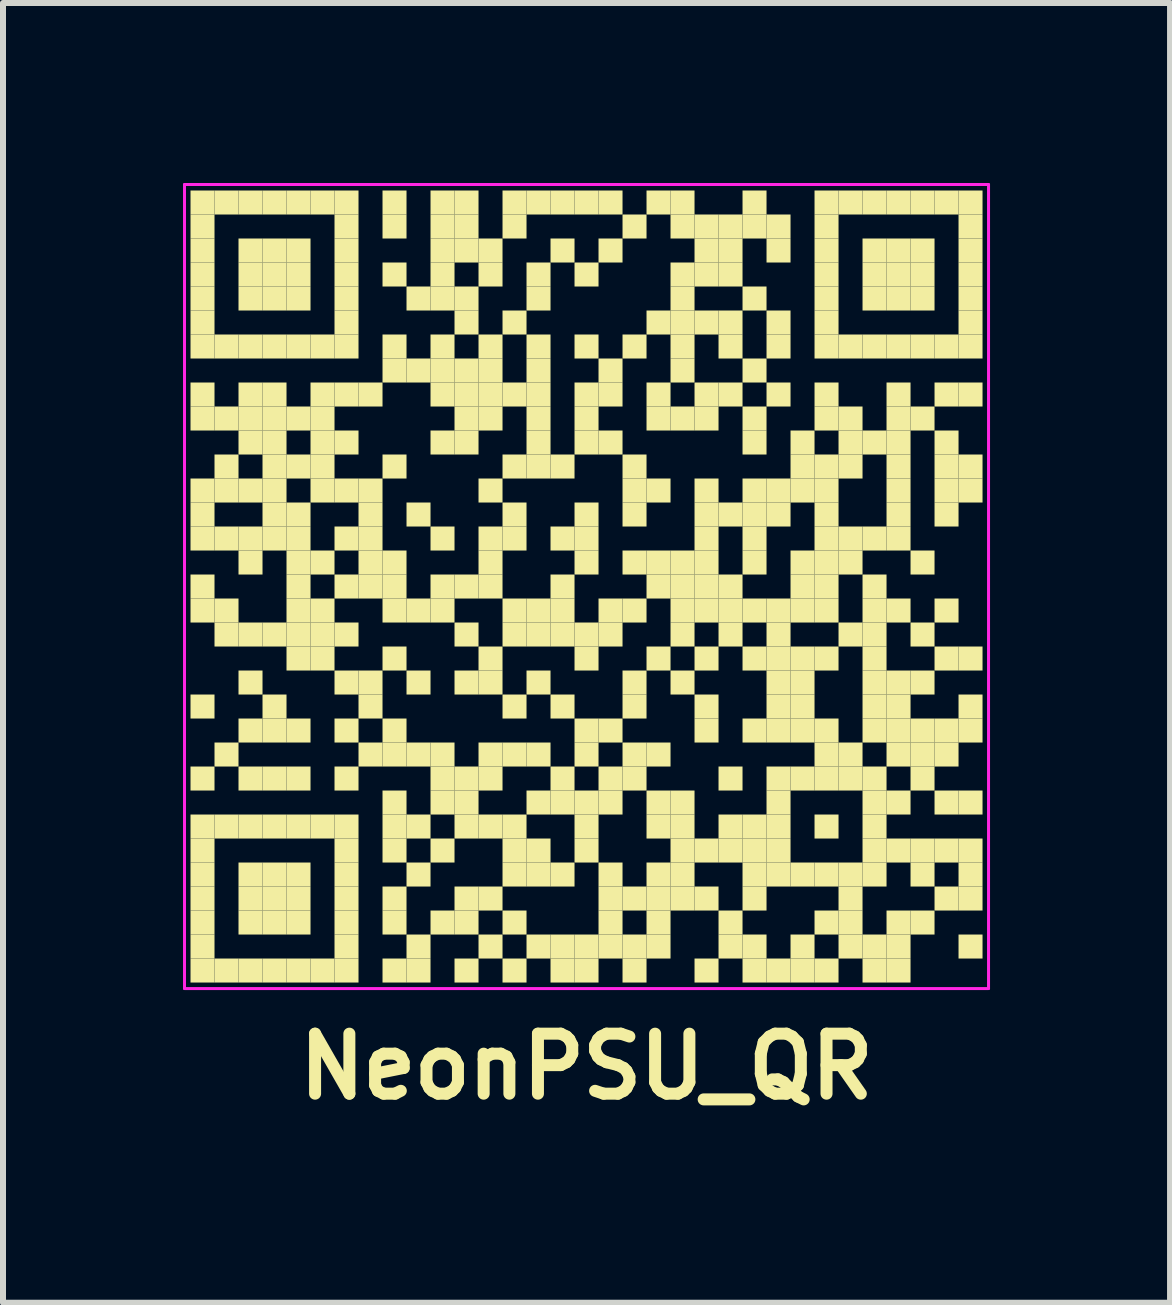
<source format=kicad_pcb>
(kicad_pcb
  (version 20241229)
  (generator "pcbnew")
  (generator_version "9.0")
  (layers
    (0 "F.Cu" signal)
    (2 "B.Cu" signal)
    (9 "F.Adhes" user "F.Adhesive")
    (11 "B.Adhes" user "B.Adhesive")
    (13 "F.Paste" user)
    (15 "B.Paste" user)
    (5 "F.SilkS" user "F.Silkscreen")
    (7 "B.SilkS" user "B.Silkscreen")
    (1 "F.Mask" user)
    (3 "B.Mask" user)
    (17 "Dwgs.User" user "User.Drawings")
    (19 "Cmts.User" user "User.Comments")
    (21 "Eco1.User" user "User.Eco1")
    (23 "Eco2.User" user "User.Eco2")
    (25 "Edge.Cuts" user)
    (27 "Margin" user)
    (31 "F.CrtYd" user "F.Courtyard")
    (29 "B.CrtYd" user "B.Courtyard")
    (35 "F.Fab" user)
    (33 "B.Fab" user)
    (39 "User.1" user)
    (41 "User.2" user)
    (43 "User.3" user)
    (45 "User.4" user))
  (footprint "NeonPSU_QR"
    (layer "F.Cu")
    (at 6.725 6.725)
    (property "Reference" "NeonPSU_QR" (at 0 8 0) (layer "F.SilkS") (effects (font (size 1 1) (thickness 0.2))))
    (fp_rect (start -6.6 -6.6) (end -6.2 -6.2) (stroke (width 0) (type solid)) (fill yes) (layer "F.SilkS"))
    (fp_rect (start -6.6 -6.2) (end -6.2 -5.8) (stroke (width 0) (type solid)) (fill yes) (layer "F.SilkS"))
    (fp_rect (start -6.6 -5.8) (end -6.2 -5.4) (stroke (width 0) (type solid)) (fill yes) (layer "F.SilkS"))
    (fp_rect (start -6.6 -5.4) (end -6.2 -5) (stroke (width 0) (type solid)) (fill yes) (layer "F.SilkS"))
    (fp_rect (start -6.6 -5) (end -6.2 -4.6) (stroke (width 0) (type solid)) (fill yes) (layer "F.SilkS"))
    (fp_rect (start -6.6 -4.6) (end -6.2 -4.2) (stroke (width 0) (type solid)) (fill yes) (layer "F.SilkS"))
    (fp_rect (start -6.6 -4.2) (end -6.2 -3.8) (stroke (width 0) (type solid)) (fill yes) (layer "F.SilkS"))
    (fp_rect (start -6.6 -3.4) (end -6.2 -3) (stroke (width 0) (type solid)) (fill yes) (layer "F.SilkS"))
    (fp_rect (start -6.6 -3) (end -6.2 -2.6) (stroke (width 0) (type solid)) (fill yes) (layer "F.SilkS"))
    (fp_rect (start -6.6 -1.8) (end -6.2 -1.4) (stroke (width 0) (type solid)) (fill yes) (layer "F.SilkS"))
    (fp_rect (start -6.6 -1.4) (end -6.2 -1) (stroke (width 0) (type solid)) (fill yes) (layer "F.SilkS"))
    (fp_rect (start -6.6 -1) (end -6.2 -0.6) (stroke (width 0) (type solid)) (fill yes) (layer "F.SilkS"))
    (fp_rect (start -6.6 -0.2) (end -6.2 0.2) (stroke (width 0) (type solid)) (fill yes) (layer "F.SilkS"))
    (fp_rect (start -6.6 0.2) (end -6.2 0.6) (stroke (width 0) (type solid)) (fill yes) (layer "F.SilkS"))
    (fp_rect (start -6.6 1.8) (end -6.2 2.2) (stroke (width 0) (type solid)) (fill yes) (layer "F.SilkS"))
    (fp_rect (start -6.6 3) (end -6.2 3.4) (stroke (width 0) (type solid)) (fill yes) (layer "F.SilkS"))
    (fp_rect (start -6.6 3.8) (end -6.2 4.2) (stroke (width 0) (type solid)) (fill yes) (layer "F.SilkS"))
    (fp_rect (start -6.6 4.2) (end -6.2 4.6) (stroke (width 0) (type solid)) (fill yes) (layer "F.SilkS"))
    (fp_rect (start -6.6 4.6) (end -6.2 5) (stroke (width 0) (type solid)) (fill yes) (layer "F.SilkS"))
    (fp_rect (start -6.6 5) (end -6.2 5.4) (stroke (width 0) (type solid)) (fill yes) (layer "F.SilkS"))
    (fp_rect (start -6.6 5.4) (end -6.2 5.8) (stroke (width 0) (type solid)) (fill yes) (layer "F.SilkS"))
    (fp_rect (start -6.6 5.8) (end -6.2 6.2) (stroke (width 0) (type solid)) (fill yes) (layer "F.SilkS"))
    (fp_rect (start -6.6 6.2) (end -6.2 6.6) (stroke (width 0) (type solid)) (fill yes) (layer "F.SilkS"))
    (fp_rect (start -6.2 -6.6) (end -5.8 -6.2) (stroke (width 0) (type solid)) (fill yes) (layer "F.SilkS"))
    (fp_rect (start -6.2 -4.2) (end -5.8 -3.8) (stroke (width 0) (type solid)) (fill yes) (layer "F.SilkS"))
    (fp_rect (start -6.2 -3) (end -5.8 -2.6) (stroke (width 0) (type solid)) (fill yes) (layer "F.SilkS"))
    (fp_rect (start -6.2 -2.2) (end -5.8 -1.8) (stroke (width 0) (type solid)) (fill yes) (layer "F.SilkS"))
    (fp_rect (start -6.2 -1.8) (end -5.8 -1.4) (stroke (width 0) (type solid)) (fill yes) (layer "F.SilkS"))
    (fp_rect (start -6.2 -1) (end -5.8 -0.6) (stroke (width 0) (type solid)) (fill yes) (layer "F.SilkS"))
    (fp_rect (start -6.2 0.2) (end -5.8 0.6) (stroke (width 0) (type solid)) (fill yes) (layer "F.SilkS"))
    (fp_rect (start -6.2 0.6) (end -5.8 1) (stroke (width 0) (type solid)) (fill yes) (layer "F.SilkS"))
    (fp_rect (start -6.2 2.6) (end -5.8 3) (stroke (width 0) (type solid)) (fill yes) (layer "F.SilkS"))
    (fp_rect (start -6.2 3.8) (end -5.8 4.2) (stroke (width 0) (type solid)) (fill yes) (layer "F.SilkS"))
    (fp_rect (start -6.2 6.2) (end -5.8 6.6) (stroke (width 0) (type solid)) (fill yes) (layer "F.SilkS"))
    (fp_rect (start -5.8 -6.6) (end -5.4 -6.2) (stroke (width 0) (type solid)) (fill yes) (layer "F.SilkS"))
    (fp_rect (start -5.8 -5.8) (end -5.4 -5.4) (stroke (width 0) (type solid)) (fill yes) (layer "F.SilkS"))
    (fp_rect (start -5.8 -5.4) (end -5.4 -5) (stroke (width 0) (type solid)) (fill yes) (layer "F.SilkS"))
    (fp_rect (start -5.8 -5) (end -5.4 -4.6) (stroke (width 0) (type solid)) (fill yes) (layer "F.SilkS"))
    (fp_rect (start -5.8 -4.2) (end -5.4 -3.8) (stroke (width 0) (type solid)) (fill yes) (layer "F.SilkS"))
    (fp_rect (start -5.8 -3.4) (end -5.4 -3) (stroke (width 0) (type solid)) (fill yes) (layer "F.SilkS"))
    (fp_rect (start -5.8 -3) (end -5.4 -2.6) (stroke (width 0) (type solid)) (fill yes) (layer "F.SilkS"))
    (fp_rect (start -5.8 -2.6) (end -5.4 -2.2) (stroke (width 0) (type solid)) (fill yes) (layer "F.SilkS"))
    (fp_rect (start -5.8 -1.8) (end -5.4 -1.4) (stroke (width 0) (type solid)) (fill yes) (layer "F.SilkS"))
    (fp_rect (start -5.8 -1) (end -5.4 -0.6) (stroke (width 0) (type solid)) (fill yes) (layer "F.SilkS"))
    (fp_rect (start -5.8 -0.6) (end -5.4 -0.2) (stroke (width 0) (type solid)) (fill yes) (layer "F.SilkS"))
    (fp_rect (start -5.8 0.6) (end -5.4 1) (stroke (width 0) (type solid)) (fill yes) (layer "F.SilkS"))
    (fp_rect (start -5.8 1.4) (end -5.4 1.8) (stroke (width 0) (type solid)) (fill yes) (layer "F.SilkS"))
    (fp_rect (start -5.8 2.2) (end -5.4 2.6) (stroke (width 0) (type solid)) (fill yes) (layer "F.SilkS"))
    (fp_rect (start -5.8 3) (end -5.4 3.4) (stroke (width 0) (type solid)) (fill yes) (layer "F.SilkS"))
    (fp_rect (start -5.8 3.8) (end -5.4 4.2) (stroke (width 0) (type solid)) (fill yes) (layer "F.SilkS"))
    (fp_rect (start -5.8 4.6) (end -5.4 5) (stroke (width 0) (type solid)) (fill yes) (layer "F.SilkS"))
    (fp_rect (start -5.8 5) (end -5.4 5.4) (stroke (width 0) (type solid)) (fill yes) (layer "F.SilkS"))
    (fp_rect (start -5.8 5.4) (end -5.4 5.8) (stroke (width 0) (type solid)) (fill yes) (layer "F.SilkS"))
    (fp_rect (start -5.8 6.2) (end -5.4 6.6) (stroke (width 0) (type solid)) (fill yes) (layer "F.SilkS"))
    (fp_rect (start -5.4 -6.6) (end -5 -6.2) (stroke (width 0) (type solid)) (fill yes) (layer "F.SilkS"))
    (fp_rect (start -5.4 -5.8) (end -5 -5.4) (stroke (width 0) (type solid)) (fill yes) (layer "F.SilkS"))
    (fp_rect (start -5.4 -5.4) (end -5 -5) (stroke (width 0) (type solid)) (fill yes) (layer "F.SilkS"))
    (fp_rect (start -5.4 -5) (end -5 -4.6) (stroke (width 0) (type solid)) (fill yes) (layer "F.SilkS"))
    (fp_rect (start -5.4 -4.2) (end -5 -3.8) (stroke (width 0) (type solid)) (fill yes) (layer "F.SilkS"))
    (fp_rect (start -5.4 -3.4) (end -5 -3) (stroke (width 0) (type solid)) (fill yes) (layer "F.SilkS"))
    (fp_rect (start -5.4 -3) (end -5 -2.6) (stroke (width 0) (type solid)) (fill yes) (layer "F.SilkS"))
    (fp_rect (start -5.4 -2.6) (end -5 -2.2) (stroke (width 0) (type solid)) (fill yes) (layer "F.SilkS"))
    (fp_rect (start -5.4 -2.2) (end -5 -1.8) (stroke (width 0) (type solid)) (fill yes) (layer "F.SilkS"))
    (fp_rect (start -5.4 -1.8) (end -5 -1.4) (stroke (width 0) (type solid)) (fill yes) (layer "F.SilkS"))
    (fp_rect (start -5.4 -1.4) (end -5 -1) (stroke (width 0) (type solid)) (fill yes) (layer "F.SilkS"))
    (fp_rect (start -5.4 -1) (end -5 -0.6) (stroke (width 0) (type solid)) (fill yes) (layer "F.SilkS"))
    (fp_rect (start -5.4 0.6) (end -5 1) (stroke (width 0) (type solid)) (fill yes) (layer "F.SilkS"))
    (fp_rect (start -5.4 1.8) (end -5 2.2) (stroke (width 0) (type solid)) (fill yes) (layer "F.SilkS"))
    (fp_rect (start -5.4 2.2) (end -5 2.6) (stroke (width 0) (type solid)) (fill yes) (layer "F.SilkS"))
    (fp_rect (start -5.4 3) (end -5 3.4) (stroke (width 0) (type solid)) (fill yes) (layer "F.SilkS"))
    (fp_rect (start -5.4 3.8) (end -5 4.2) (stroke (width 0) (type solid)) (fill yes) (layer "F.SilkS"))
    (fp_rect (start -5.4 4.6) (end -5 5) (stroke (width 0) (type solid)) (fill yes) (layer "F.SilkS"))
    (fp_rect (start -5.4 5) (end -5 5.4) (stroke (width 0) (type solid)) (fill yes) (layer "F.SilkS"))
    (fp_rect (start -5.4 5.4) (end -5 5.8) (stroke (width 0) (type solid)) (fill yes) (layer "F.SilkS"))
    (fp_rect (start -5.4 6.2) (end -5 6.6) (stroke (width 0) (type solid)) (fill yes) (layer "F.SilkS"))
    (fp_rect (start -5 -6.6) (end -4.6 -6.2) (stroke (width 0) (type solid)) (fill yes) (layer "F.SilkS"))
    (fp_rect (start -5 -5.8) (end -4.6 -5.4) (stroke (width 0) (type solid)) (fill yes) (layer "F.SilkS"))
    (fp_rect (start -5 -5.4) (end -4.6 -5) (stroke (width 0) (type solid)) (fill yes) (layer "F.SilkS"))
    (fp_rect (start -5 -5) (end -4.6 -4.6) (stroke (width 0) (type solid)) (fill yes) (layer "F.SilkS"))
    (fp_rect (start -5 -4.2) (end -4.6 -3.8) (stroke (width 0) (type solid)) (fill yes) (layer "F.SilkS"))
    (fp_rect (start -5 -3) (end -4.6 -2.6) (stroke (width 0) (type solid)) (fill yes) (layer "F.SilkS"))
    (fp_rect (start -5 -2.2) (end -4.6 -1.8) (stroke (width 0) (type solid)) (fill yes) (layer "F.SilkS"))
    (fp_rect (start -5 -1.4) (end -4.6 -1) (stroke (width 0) (type solid)) (fill yes) (layer "F.SilkS"))
    (fp_rect (start -5 -1) (end -4.6 -0.6) (stroke (width 0) (type solid)) (fill yes) (layer "F.SilkS"))
    (fp_rect (start -5 -0.6) (end -4.6 -0.2) (stroke (width 0) (type solid)) (fill yes) (layer "F.SilkS"))
    (fp_rect (start -5 -0.2) (end -4.6 0.2) (stroke (width 0) (type solid)) (fill yes) (layer "F.SilkS"))
    (fp_rect (start -5 0.2) (end -4.6 0.6) (stroke (width 0) (type solid)) (fill yes) (layer "F.SilkS"))
    (fp_rect (start -5 0.6) (end -4.6 1) (stroke (width 0) (type solid)) (fill yes) (layer "F.SilkS"))
    (fp_rect (start -5 1) (end -4.6 1.4) (stroke (width 0) (type solid)) (fill yes) (layer "F.SilkS"))
    (fp_rect (start -5 2.2) (end -4.6 2.6) (stroke (width 0) (type solid)) (fill yes) (layer "F.SilkS"))
    (fp_rect (start -5 3) (end -4.6 3.4) (stroke (width 0) (type solid)) (fill yes) (layer "F.SilkS"))
    (fp_rect (start -5 3.8) (end -4.6 4.2) (stroke (width 0) (type solid)) (fill yes) (layer "F.SilkS"))
    (fp_rect (start -5 4.6) (end -4.6 5) (stroke (width 0) (type solid)) (fill yes) (layer "F.SilkS"))
    (fp_rect (start -5 5) (end -4.6 5.4) (stroke (width 0) (type solid)) (fill yes) (layer "F.SilkS"))
    (fp_rect (start -5 5.4) (end -4.6 5.8) (stroke (width 0) (type solid)) (fill yes) (layer "F.SilkS"))
    (fp_rect (start -5 6.2) (end -4.6 6.6) (stroke (width 0) (type solid)) (fill yes) (layer "F.SilkS"))
    (fp_rect (start -4.6 -6.6) (end -4.2 -6.2) (stroke (width 0) (type solid)) (fill yes) (layer "F.SilkS"))
    (fp_rect (start -4.6 -4.2) (end -4.2 -3.8) (stroke (width 0) (type solid)) (fill yes) (layer "F.SilkS"))
    (fp_rect (start -4.6 -3.4) (end -4.2 -3) (stroke (width 0) (type solid)) (fill yes) (layer "F.SilkS"))
    (fp_rect (start -4.6 -3) (end -4.2 -2.6) (stroke (width 0) (type solid)) (fill yes) (layer "F.SilkS"))
    (fp_rect (start -4.6 -2.6) (end -4.2 -2.2) (stroke (width 0) (type solid)) (fill yes) (layer "F.SilkS"))
    (fp_rect (start -4.6 -2.2) (end -4.2 -1.8) (stroke (width 0) (type solid)) (fill yes) (layer "F.SilkS"))
    (fp_rect (start -4.6 -1.8) (end -4.2 -1.4) (stroke (width 0) (type solid)) (fill yes) (layer "F.SilkS"))
    (fp_rect (start -4.6 -0.6) (end -4.2 -0.2) (stroke (width 0) (type solid)) (fill yes) (layer "F.SilkS"))
    (fp_rect (start -4.6 0.2) (end -4.2 0.6) (stroke (width 0) (type solid)) (fill yes) (layer "F.SilkS"))
    (fp_rect (start -4.6 0.6) (end -4.2 1) (stroke (width 0) (type solid)) (fill yes) (layer "F.SilkS"))
    (fp_rect (start -4.6 1) (end -4.2 1.4) (stroke (width 0) (type solid)) (fill yes) (layer "F.SilkS"))
    (fp_rect (start -4.6 3.8) (end -4.2 4.2) (stroke (width 0) (type solid)) (fill yes) (layer "F.SilkS"))
    (fp_rect (start -4.6 6.2) (end -4.2 6.6) (stroke (width 0) (type solid)) (fill yes) (layer "F.SilkS"))
    (fp_rect (start -4.2 -6.6) (end -3.8 -6.2) (stroke (width 0) (type solid)) (fill yes) (layer "F.SilkS"))
    (fp_rect (start -4.2 -6.2) (end -3.8 -5.8) (stroke (width 0) (type solid)) (fill yes) (layer "F.SilkS"))
    (fp_rect (start -4.2 -5.8) (end -3.8 -5.4) (stroke (width 0) (type solid)) (fill yes) (layer "F.SilkS"))
    (fp_rect (start -4.2 -5.4) (end -3.8 -5) (stroke (width 0) (type solid)) (fill yes) (layer "F.SilkS"))
    (fp_rect (start -4.2 -5) (end -3.8 -4.6) (stroke (width 0) (type solid)) (fill yes) (layer "F.SilkS"))
    (fp_rect (start -4.2 -4.6) (end -3.8 -4.2) (stroke (width 0) (type solid)) (fill yes) (layer "F.SilkS"))
    (fp_rect (start -4.2 -4.2) (end -3.8 -3.8) (stroke (width 0) (type solid)) (fill yes) (layer "F.SilkS"))
    (fp_rect (start -4.2 -3.4) (end -3.8 -3) (stroke (width 0) (type solid)) (fill yes) (layer "F.SilkS"))
    (fp_rect (start -4.2 -2.6) (end -3.8 -2.2) (stroke (width 0) (type solid)) (fill yes) (layer "F.SilkS"))
    (fp_rect (start -4.2 -1.8) (end -3.8 -1.4) (stroke (width 0) (type solid)) (fill yes) (layer "F.SilkS"))
    (fp_rect (start -4.2 -1) (end -3.8 -0.6) (stroke (width 0) (type solid)) (fill yes) (layer "F.SilkS"))
    (fp_rect (start -4.2 -0.2) (end -3.8 0.2) (stroke (width 0) (type solid)) (fill yes) (layer "F.SilkS"))
    (fp_rect (start -4.2 0.6) (end -3.8 1) (stroke (width 0) (type solid)) (fill yes) (layer "F.SilkS"))
    (fp_rect (start -4.2 1.4) (end -3.8 1.8) (stroke (width 0) (type solid)) (fill yes) (layer "F.SilkS"))
    (fp_rect (start -4.2 2.2) (end -3.8 2.6) (stroke (width 0) (type solid)) (fill yes) (layer "F.SilkS"))
    (fp_rect (start -4.2 3) (end -3.8 3.4) (stroke (width 0) (type solid)) (fill yes) (layer "F.SilkS"))
    (fp_rect (start -4.2 3.8) (end -3.8 4.2) (stroke (width 0) (type solid)) (fill yes) (layer "F.SilkS"))
    (fp_rect (start -4.2 4.2) (end -3.8 4.6) (stroke (width 0) (type solid)) (fill yes) (layer "F.SilkS"))
    (fp_rect (start -4.2 4.6) (end -3.8 5) (stroke (width 0) (type solid)) (fill yes) (layer "F.SilkS"))
    (fp_rect (start -4.2 5) (end -3.8 5.4) (stroke (width 0) (type solid)) (fill yes) (layer "F.SilkS"))
    (fp_rect (start -4.2 5.4) (end -3.8 5.8) (stroke (width 0) (type solid)) (fill yes) (layer "F.SilkS"))
    (fp_rect (start -4.2 5.8) (end -3.8 6.2) (stroke (width 0) (type solid)) (fill yes) (layer "F.SilkS"))
    (fp_rect (start -4.2 6.2) (end -3.8 6.6) (stroke (width 0) (type solid)) (fill yes) (layer "F.SilkS"))
    (fp_rect (start -3.8 -3.4) (end -3.4 -3) (stroke (width 0) (type solid)) (fill yes) (layer "F.SilkS"))
    (fp_rect (start -3.8 -1.8) (end -3.4 -1.4) (stroke (width 0) (type solid)) (fill yes) (layer "F.SilkS"))
    (fp_rect (start -3.8 -1.4) (end -3.4 -1) (stroke (width 0) (type solid)) (fill yes) (layer "F.SilkS"))
    (fp_rect (start -3.8 -1) (end -3.4 -0.6) (stroke (width 0) (type solid)) (fill yes) (layer "F.SilkS"))
    (fp_rect (start -3.8 -0.6) (end -3.4 -0.2) (stroke (width 0) (type solid)) (fill yes) (layer "F.SilkS"))
    (fp_rect (start -3.8 -0.2) (end -3.4 0.2) (stroke (width 0) (type solid)) (fill yes) (layer "F.SilkS"))
    (fp_rect (start -3.8 1.4) (end -3.4 1.8) (stroke (width 0) (type solid)) (fill yes) (layer "F.SilkS"))
    (fp_rect (start -3.8 1.8) (end -3.4 2.2) (stroke (width 0) (type solid)) (fill yes) (layer "F.SilkS"))
    (fp_rect (start -3.8 2.6) (end -3.4 3) (stroke (width 0) (type solid)) (fill yes) (layer "F.SilkS"))
    (fp_rect (start -3.4 -6.6) (end -3 -6.2) (stroke (width 0) (type solid)) (fill yes) (layer "F.SilkS"))
    (fp_rect (start -3.4 -6.2) (end -3 -5.8) (stroke (width 0) (type solid)) (fill yes) (layer "F.SilkS"))
    (fp_rect (start -3.4 -5.4) (end -3 -5) (stroke (width 0) (type solid)) (fill yes) (layer "F.SilkS"))
    (fp_rect (start -3.4 -4.2) (end -3 -3.8) (stroke (width 0) (type solid)) (fill yes) (layer "F.SilkS"))
    (fp_rect (start -3.4 -3.8) (end -3 -3.4) (stroke (width 0) (type solid)) (fill yes) (layer "F.SilkS"))
    (fp_rect (start -3.4 -2.2) (end -3 -1.8) (stroke (width 0) (type solid)) (fill yes) (layer "F.SilkS"))
    (fp_rect (start -3.4 -0.6) (end -3 -0.2) (stroke (width 0) (type solid)) (fill yes) (layer "F.SilkS"))
    (fp_rect (start -3.4 -0.2) (end -3 0.2) (stroke (width 0) (type solid)) (fill yes) (layer "F.SilkS"))
    (fp_rect (start -3.4 0.2) (end -3 0.6) (stroke (width 0) (type solid)) (fill yes) (layer "F.SilkS"))
    (fp_rect (start -3.4 1) (end -3 1.4) (stroke (width 0) (type solid)) (fill yes) (layer "F.SilkS"))
    (fp_rect (start -3.4 2.2) (end -3 2.6) (stroke (width 0) (type solid)) (fill yes) (layer "F.SilkS"))
    (fp_rect (start -3.4 2.6) (end -3 3) (stroke (width 0) (type solid)) (fill yes) (layer "F.SilkS"))
    (fp_rect (start -3.4 3.4) (end -3 3.8) (stroke (width 0) (type solid)) (fill yes) (layer "F.SilkS"))
    (fp_rect (start -3.4 3.8) (end -3 4.2) (stroke (width 0) (type solid)) (fill yes) (layer "F.SilkS"))
    (fp_rect (start -3.4 4.2) (end -3 4.6) (stroke (width 0) (type solid)) (fill yes) (layer "F.SilkS"))
    (fp_rect (start -3.4 5) (end -3 5.4) (stroke (width 0) (type solid)) (fill yes) (layer "F.SilkS"))
    (fp_rect (start -3.4 5.4) (end -3 5.8) (stroke (width 0) (type solid)) (fill yes) (layer "F.SilkS"))
    (fp_rect (start -3.4 6.2) (end -3 6.6) (stroke (width 0) (type solid)) (fill yes) (layer "F.SilkS"))
    (fp_rect (start -3 -5) (end -2.6 -4.6) (stroke (width 0) (type solid)) (fill yes) (layer "F.SilkS"))
    (fp_rect (start -3 -3.8) (end -2.6 -3.4) (stroke (width 0) (type solid)) (fill yes) (layer "F.SilkS"))
    (fp_rect (start -3 -1.4) (end -2.6 -1) (stroke (width 0) (type solid)) (fill yes) (layer "F.SilkS"))
    (fp_rect (start -3 0.2) (end -2.6 0.6) (stroke (width 0) (type solid)) (fill yes) (layer "F.SilkS"))
    (fp_rect (start -3 1.4) (end -2.6 1.8) (stroke (width 0) (type solid)) (fill yes) (layer "F.SilkS"))
    (fp_rect (start -3 2.6) (end -2.6 3) (stroke (width 0) (type solid)) (fill yes) (layer "F.SilkS"))
    (fp_rect (start -3 3.8) (end -2.6 4.2) (stroke (width 0) (type solid)) (fill yes) (layer "F.SilkS"))
    (fp_rect (start -3 4.6) (end -2.6 5) (stroke (width 0) (type solid)) (fill yes) (layer "F.SilkS"))
    (fp_rect (start -3 5.8) (end -2.6 6.2) (stroke (width 0) (type solid)) (fill yes) (layer "F.SilkS"))
    (fp_rect (start -3 6.2) (end -2.6 6.6) (stroke (width 0) (type solid)) (fill yes) (layer "F.SilkS"))
    (fp_rect (start -2.6 -6.6) (end -2.2 -6.2) (stroke (width 0) (type solid)) (fill yes) (layer "F.SilkS"))
    (fp_rect (start -2.6 -6.2) (end -2.2 -5.8) (stroke (width 0) (type solid)) (fill yes) (layer "F.SilkS"))
    (fp_rect (start -2.6 -5.8) (end -2.2 -5.4) (stroke (width 0) (type solid)) (fill yes) (layer "F.SilkS"))
    (fp_rect (start -2.6 -5.4) (end -2.2 -5) (stroke (width 0) (type solid)) (fill yes) (layer "F.SilkS"))
    (fp_rect (start -2.6 -5) (end -2.2 -4.6) (stroke (width 0) (type solid)) (fill yes) (layer "F.SilkS"))
    (fp_rect (start -2.6 -4.2) (end -2.2 -3.8) (stroke (width 0) (type solid)) (fill yes) (layer "F.SilkS"))
    (fp_rect (start -2.6 -3.8) (end -2.2 -3.4) (stroke (width 0) (type solid)) (fill yes) (layer "F.SilkS"))
    (fp_rect (start -2.6 -3.4) (end -2.2 -3) (stroke (width 0) (type solid)) (fill yes) (layer "F.SilkS"))
    (fp_rect (start -2.6 -2.6) (end -2.2 -2.2) (stroke (width 0) (type solid)) (fill yes) (layer "F.SilkS"))
    (fp_rect (start -2.6 -1) (end -2.2 -0.6) (stroke (width 0) (type solid)) (fill yes) (layer "F.SilkS"))
    (fp_rect (start -2.6 -0.2) (end -2.2 0.2) (stroke (width 0) (type solid)) (fill yes) (layer "F.SilkS"))
    (fp_rect (start -2.6 0.2) (end -2.2 0.6) (stroke (width 0) (type solid)) (fill yes) (layer "F.SilkS"))
    (fp_rect (start -2.6 2.6) (end -2.2 3) (stroke (width 0) (type solid)) (fill yes) (layer "F.SilkS"))
    (fp_rect (start -2.6 3) (end -2.2 3.4) (stroke (width 0) (type solid)) (fill yes) (layer "F.SilkS"))
    (fp_rect (start -2.6 3.4) (end -2.2 3.8) (stroke (width 0) (type solid)) (fill yes) (layer "F.SilkS"))
    (fp_rect (start -2.6 4.2) (end -2.2 4.6) (stroke (width 0) (type solid)) (fill yes) (layer "F.SilkS"))
    (fp_rect (start -2.6 5.4) (end -2.2 5.8) (stroke (width 0) (type solid)) (fill yes) (layer "F.SilkS"))
    (fp_rect (start -2.2 -6.6) (end -1.8 -6.2) (stroke (width 0) (type solid)) (fill yes) (layer "F.SilkS"))
    (fp_rect (start -2.2 -6.2) (end -1.8 -5.8) (stroke (width 0) (type solid)) (fill yes) (layer "F.SilkS"))
    (fp_rect (start -2.2 -5.8) (end -1.8 -5.4) (stroke (width 0) (type solid)) (fill yes) (layer "F.SilkS"))
    (fp_rect (start -2.2 -5) (end -1.8 -4.6) (stroke (width 0) (type solid)) (fill yes) (layer "F.SilkS"))
    (fp_rect (start -2.2 -4.6) (end -1.8 -4.2) (stroke (width 0) (type solid)) (fill yes) (layer "F.SilkS"))
    (fp_rect (start -2.2 -3.8) (end -1.8 -3.4) (stroke (width 0) (type solid)) (fill yes) (layer "F.SilkS"))
    (fp_rect (start -2.2 -3.4) (end -1.8 -3) (stroke (width 0) (type solid)) (fill yes) (layer "F.SilkS"))
    (fp_rect (start -2.2 -3) (end -1.8 -2.6) (stroke (width 0) (type solid)) (fill yes) (layer "F.SilkS"))
    (fp_rect (start -2.2 -2.6) (end -1.8 -2.2) (stroke (width 0) (type solid)) (fill yes) (layer "F.SilkS"))
    (fp_rect (start -2.2 -0.2) (end -1.8 0.2) (stroke (width 0) (type solid)) (fill yes) (layer "F.SilkS"))
    (fp_rect (start -2.2 0.6) (end -1.8 1) (stroke (width 0) (type solid)) (fill yes) (layer "F.SilkS"))
    (fp_rect (start -2.2 1.4) (end -1.8 1.8) (stroke (width 0) (type solid)) (fill yes) (layer "F.SilkS"))
    (fp_rect (start -2.2 3) (end -1.8 3.4) (stroke (width 0) (type solid)) (fill yes) (layer "F.SilkS"))
    (fp_rect (start -2.2 3.4) (end -1.8 3.8) (stroke (width 0) (type solid)) (fill yes) (layer "F.SilkS"))
    (fp_rect (start -2.2 3.8) (end -1.8 4.2) (stroke (width 0) (type solid)) (fill yes) (layer "F.SilkS"))
    (fp_rect (start -2.2 5) (end -1.8 5.4) (stroke (width 0) (type solid)) (fill yes) (layer "F.SilkS"))
    (fp_rect (start -2.2 5.4) (end -1.8 5.8) (stroke (width 0) (type solid)) (fill yes) (layer "F.SilkS"))
    (fp_rect (start -2.2 6.2) (end -1.8 6.6) (stroke (width 0) (type solid)) (fill yes) (layer "F.SilkS"))
    (fp_rect (start -1.8 -5.8) (end -1.4 -5.4) (stroke (width 0) (type solid)) (fill yes) (layer "F.SilkS"))
    (fp_rect (start -1.8 -5.4) (end -1.4 -5) (stroke (width 0) (type solid)) (fill yes) (layer "F.SilkS"))
    (fp_rect (start -1.8 -4.2) (end -1.4 -3.8) (stroke (width 0) (type solid)) (fill yes) (layer "F.SilkS"))
    (fp_rect (start -1.8 -3.8) (end -1.4 -3.4) (stroke (width 0) (type solid)) (fill yes) (layer "F.SilkS"))
    (fp_rect (start -1.8 -3.4) (end -1.4 -3) (stroke (width 0) (type solid)) (fill yes) (layer "F.SilkS"))
    (fp_rect (start -1.8 -3) (end -1.4 -2.6) (stroke (width 0) (type solid)) (fill yes) (layer "F.SilkS"))
    (fp_rect (start -1.8 -1.8) (end -1.4 -1.4) (stroke (width 0) (type solid)) (fill yes) (layer "F.SilkS"))
    (fp_rect (start -1.8 -1) (end -1.4 -0.6) (stroke (width 0) (type solid)) (fill yes) (layer "F.SilkS"))
    (fp_rect (start -1.8 -0.6) (end -1.4 -0.2) (stroke (width 0) (type solid)) (fill yes) (layer "F.SilkS"))
    (fp_rect (start -1.8 -0.2) (end -1.4 0.2) (stroke (width 0) (type solid)) (fill yes) (layer "F.SilkS"))
    (fp_rect (start -1.8 1) (end -1.4 1.4) (stroke (width 0) (type solid)) (fill yes) (layer "F.SilkS"))
    (fp_rect (start -1.8 1.4) (end -1.4 1.8) (stroke (width 0) (type solid)) (fill yes) (layer "F.SilkS"))
    (fp_rect (start -1.8 2.6) (end -1.4 3) (stroke (width 0) (type solid)) (fill yes) (layer "F.SilkS"))
    (fp_rect (start -1.8 3) (end -1.4 3.4) (stroke (width 0) (type solid)) (fill yes) (layer "F.SilkS"))
    (fp_rect (start -1.8 3.8) (end -1.4 4.2) (stroke (width 0) (type solid)) (fill yes) (layer "F.SilkS"))
    (fp_rect (start -1.8 5) (end -1.4 5.4) (stroke (width 0) (type solid)) (fill yes) (layer "F.SilkS"))
    (fp_rect (start -1.8 5.8) (end -1.4 6.2) (stroke (width 0) (type solid)) (fill yes) (layer "F.SilkS"))
    (fp_rect (start -1.4 -6.6) (end -1 -6.2) (stroke (width 0) (type solid)) (fill yes) (layer "F.SilkS"))
    (fp_rect (start -1.4 -6.2) (end -1 -5.8) (stroke (width 0) (type solid)) (fill yes) (layer "F.SilkS"))
    (fp_rect (start -1.4 -4.6) (end -1 -4.2) (stroke (width 0) (type solid)) (fill yes) (layer "F.SilkS"))
    (fp_rect (start -1.4 -3.4) (end -1 -3) (stroke (width 0) (type solid)) (fill yes) (layer "F.SilkS"))
    (fp_rect (start -1.4 -2.2) (end -1 -1.8) (stroke (width 0) (type solid)) (fill yes) (layer "F.SilkS"))
    (fp_rect (start -1.4 -1.4) (end -1 -1) (stroke (width 0) (type solid)) (fill yes) (layer "F.SilkS"))
    (fp_rect (start -1.4 -1) (end -1 -0.6) (stroke (width 0) (type solid)) (fill yes) (layer "F.SilkS"))
    (fp_rect (start -1.4 0.2) (end -1 0.6) (stroke (width 0) (type solid)) (fill yes) (layer "F.SilkS"))
    (fp_rect (start -1.4 0.6) (end -1 1) (stroke (width 0) (type solid)) (fill yes) (layer "F.SilkS"))
    (fp_rect (start -1.4 1.8) (end -1 2.2) (stroke (width 0) (type solid)) (fill yes) (layer "F.SilkS"))
    (fp_rect (start -1.4 2.6) (end -1 3) (stroke (width 0) (type solid)) (fill yes) (layer "F.SilkS"))
    (fp_rect (start -1.4 3.8) (end -1 4.2) (stroke (width 0) (type solid)) (fill yes) (layer "F.SilkS"))
    (fp_rect (start -1.4 4.2) (end -1 4.6) (stroke (width 0) (type solid)) (fill yes) (layer "F.SilkS"))
    (fp_rect (start -1.4 4.6) (end -1 5) (stroke (width 0) (type solid)) (fill yes) (layer "F.SilkS"))
    (fp_rect (start -1.4 5.4) (end -1 5.8) (stroke (width 0) (type solid)) (fill yes) (layer "F.SilkS"))
    (fp_rect (start -1.4 6.2) (end -1 6.6) (stroke (width 0) (type solid)) (fill yes) (layer "F.SilkS"))
    (fp_rect (start -1 -6.6) (end -0.6 -6.2) (stroke (width 0) (type solid)) (fill yes) (layer "F.SilkS"))
    (fp_rect (start -1 -5.4) (end -0.6 -5) (stroke (width 0) (type solid)) (fill yes) (layer "F.SilkS"))
    (fp_rect (start -1 -5) (end -0.6 -4.6) (stroke (width 0) (type solid)) (fill yes) (layer "F.SilkS"))
    (fp_rect (start -1 -4.2) (end -0.6 -3.8) (stroke (width 0) (type solid)) (fill yes) (layer "F.SilkS"))
    (fp_rect (start -1 -3.8) (end -0.6 -3.4) (stroke (width 0) (type solid)) (fill yes) (layer "F.SilkS"))
    (fp_rect (start -1 -3.4) (end -0.6 -3) (stroke (width 0) (type solid)) (fill yes) (layer "F.SilkS"))
    (fp_rect (start -1 -3) (end -0.6 -2.6) (stroke (width 0) (type solid)) (fill yes) (layer "F.SilkS"))
    (fp_rect (start -1 -2.6) (end -0.6 -2.2) (stroke (width 0) (type solid)) (fill yes) (layer "F.SilkS"))
    (fp_rect (start -1 -2.2) (end -0.6 -1.8) (stroke (width 0) (type solid)) (fill yes) (layer "F.SilkS"))
    (fp_rect (start -1 0.2) (end -0.6 0.6) (stroke (width 0) (type solid)) (fill yes) (layer "F.SilkS"))
    (fp_rect (start -1 0.6) (end -0.6 1) (stroke (width 0) (type solid)) (fill yes) (layer "F.SilkS"))
    (fp_rect (start -1 1.4) (end -0.6 1.8) (stroke (width 0) (type solid)) (fill yes) (layer "F.SilkS"))
    (fp_rect (start -1 2.6) (end -0.6 3) (stroke (width 0) (type solid)) (fill yes) (layer "F.SilkS"))
    (fp_rect (start -1 3.4) (end -0.6 3.8) (stroke (width 0) (type solid)) (fill yes) (layer "F.SilkS"))
    (fp_rect (start -1 4.2) (end -0.6 4.6) (stroke (width 0) (type solid)) (fill yes) (layer "F.SilkS"))
    (fp_rect (start -1 4.6) (end -0.6 5) (stroke (width 0) (type solid)) (fill yes) (layer "F.SilkS"))
    (fp_rect (start -1 5.8) (end -0.6 6.2) (stroke (width 0) (type solid)) (fill yes) (layer "F.SilkS"))
    (fp_rect (start -0.6 -6.6) (end -0.2 -6.2) (stroke (width 0) (type solid)) (fill yes) (layer "F.SilkS"))
    (fp_rect (start -0.6 -5.8) (end -0.2 -5.4) (stroke (width 0) (type solid)) (fill yes) (layer "F.SilkS"))
    (fp_rect (start -0.6 -2.2) (end -0.2 -1.8) (stroke (width 0) (type solid)) (fill yes) (layer "F.SilkS"))
    (fp_rect (start -0.6 -1) (end -0.2 -0.6) (stroke (width 0) (type solid)) (fill yes) (layer "F.SilkS"))
    (fp_rect (start -0.6 -0.2) (end -0.2 0.2) (stroke (width 0) (type solid)) (fill yes) (layer "F.SilkS"))
    (fp_rect (start -0.6 0.2) (end -0.2 0.6) (stroke (width 0) (type solid)) (fill yes) (layer "F.SilkS"))
    (fp_rect (start -0.6 0.6) (end -0.2 1) (stroke (width 0) (type solid)) (fill yes) (layer "F.SilkS"))
    (fp_rect (start -0.6 1.8) (end -0.2 2.2) (stroke (width 0) (type solid)) (fill yes) (layer "F.SilkS"))
    (fp_rect (start -0.6 3) (end -0.2 3.4) (stroke (width 0) (type solid)) (fill yes) (layer "F.SilkS"))
    (fp_rect (start -0.6 3.4) (end -0.2 3.8) (stroke (width 0) (type solid)) (fill yes) (layer "F.SilkS"))
    (fp_rect (start -0.6 4.6) (end -0.2 5) (stroke (width 0) (type solid)) (fill yes) (layer "F.SilkS"))
    (fp_rect (start -0.6 5.8) (end -0.2 6.2) (stroke (width 0) (type solid)) (fill yes) (layer "F.SilkS"))
    (fp_rect (start -0.6 6.2) (end -0.2 6.6) (stroke (width 0) (type solid)) (fill yes) (layer "F.SilkS"))
    (fp_rect (start -0.2 -6.6) (end 0.2 -6.2) (stroke (width 0) (type solid)) (fill yes) (layer "F.SilkS"))
    (fp_rect (start -0.2 -5.4) (end 0.2 -5) (stroke (width 0) (type solid)) (fill yes) (layer "F.SilkS"))
    (fp_rect (start -0.2 -4.2) (end 0.2 -3.8) (stroke (width 0) (type solid)) (fill yes) (layer "F.SilkS"))
    (fp_rect (start -0.2 -3.4) (end 0.2 -3) (stroke (width 0) (type solid)) (fill yes) (layer "F.SilkS"))
    (fp_rect (start -0.2 -3) (end 0.2 -2.6) (stroke (width 0) (type solid)) (fill yes) (layer "F.SilkS"))
    (fp_rect (start -0.2 -2.6) (end 0.2 -2.2) (stroke (width 0) (type solid)) (fill yes) (layer "F.SilkS"))
    (fp_rect (start -0.2 -1.4) (end 0.2 -1) (stroke (width 0) (type solid)) (fill yes) (layer "F.SilkS"))
    (fp_rect (start -0.2 -1) (end 0.2 -0.6) (stroke (width 0) (type solid)) (fill yes) (layer "F.SilkS"))
    (fp_rect (start -0.2 -0.6) (end 0.2 -0.2) (stroke (width 0) (type solid)) (fill yes) (layer "F.SilkS"))
    (fp_rect (start -0.2 0.6) (end 0.2 1) (stroke (width 0) (type solid)) (fill yes) (layer "F.SilkS"))
    (fp_rect (start -0.2 1) (end 0.2 1.4) (stroke (width 0) (type solid)) (fill yes) (layer "F.SilkS"))
    (fp_rect (start -0.2 2.2) (end 0.2 2.6) (stroke (width 0) (type solid)) (fill yes) (layer "F.SilkS"))
    (fp_rect (start -0.2 2.6) (end 0.2 3) (stroke (width 0) (type solid)) (fill yes) (layer "F.SilkS"))
    (fp_rect (start -0.2 3.4) (end 0.2 3.8) (stroke (width 0) (type solid)) (fill yes) (layer "F.SilkS"))
    (fp_rect (start -0.2 3.8) (end 0.2 4.2) (stroke (width 0) (type solid)) (fill yes) (layer "F.SilkS"))
    (fp_rect (start -0.2 4.2) (end 0.2 4.6) (stroke (width 0) (type solid)) (fill yes) (layer "F.SilkS"))
    (fp_rect (start -0.2 5.8) (end 0.2 6.2) (stroke (width 0) (type solid)) (fill yes) (layer "F.SilkS"))
    (fp_rect (start -0.2 6.2) (end 0.2 6.6) (stroke (width 0) (type solid)) (fill yes) (layer "F.SilkS"))
    (fp_rect (start 0.2 -6.6) (end 0.6 -6.2) (stroke (width 0) (type solid)) (fill yes) (layer "F.SilkS"))
    (fp_rect (start 0.2 -5.8) (end 0.6 -5.4) (stroke (width 0) (type solid)) (fill yes) (layer "F.SilkS"))
    (fp_rect (start 0.2 -3.8) (end 0.6 -3.4) (stroke (width 0) (type solid)) (fill yes) (layer "F.SilkS"))
    (fp_rect (start 0.2 -3.4) (end 0.6 -3) (stroke (width 0) (type solid)) (fill yes) (layer "F.SilkS"))
    (fp_rect (start 0.2 -2.6) (end 0.6 -2.2) (stroke (width 0) (type solid)) (fill yes) (layer "F.SilkS"))
    (fp_rect (start 0.2 0.2) (end 0.6 0.6) (stroke (width 0) (type solid)) (fill yes) (layer "F.SilkS"))
    (fp_rect (start 0.2 0.6) (end 0.6 1) (stroke (width 0) (type solid)) (fill yes) (layer "F.SilkS"))
    (fp_rect (start 0.2 2.2) (end 0.6 2.6) (stroke (width 0) (type solid)) (fill yes) (layer "F.SilkS"))
    (fp_rect (start 0.2 3) (end 0.6 3.4) (stroke (width 0) (type solid)) (fill yes) (layer "F.SilkS"))
    (fp_rect (start 0.2 3.4) (end 0.6 3.8) (stroke (width 0) (type solid)) (fill yes) (layer "F.SilkS"))
    (fp_rect (start 0.2 4.6) (end 0.6 5) (stroke (width 0) (type solid)) (fill yes) (layer "F.SilkS"))
    (fp_rect (start 0.2 5) (end 0.6 5.4) (stroke (width 0) (type solid)) (fill yes) (layer "F.SilkS"))
    (fp_rect (start 0.2 5.4) (end 0.6 5.8) (stroke (width 0) (type solid)) (fill yes) (layer "F.SilkS"))
    (fp_rect (start 0.2 5.8) (end 0.6 6.2) (stroke (width 0) (type solid)) (fill yes) (layer "F.SilkS"))
    (fp_rect (start 0.6 -6.2) (end 1 -5.8) (stroke (width 0) (type solid)) (fill yes) (layer "F.SilkS"))
    (fp_rect (start 0.6 -4.2) (end 1 -3.8) (stroke (width 0) (type solid)) (fill yes) (layer "F.SilkS"))
    (fp_rect (start 0.6 -2.2) (end 1 -1.8) (stroke (width 0) (type solid)) (fill yes) (layer "F.SilkS"))
    (fp_rect (start 0.6 -1.8) (end 1 -1.4) (stroke (width 0) (type solid)) (fill yes) (layer "F.SilkS"))
    (fp_rect (start 0.6 -1.4) (end 1 -1) (stroke (width 0) (type solid)) (fill yes) (layer "F.SilkS"))
    (fp_rect (start 0.6 -0.6) (end 1 -0.2) (stroke (width 0) (type solid)) (fill yes) (layer "F.SilkS"))
    (fp_rect (start 0.6 0.2) (end 1 0.6) (stroke (width 0) (type solid)) (fill yes) (layer "F.SilkS"))
    (fp_rect (start 0.6 1.4) (end 1 1.8) (stroke (width 0) (type solid)) (fill yes) (layer "F.SilkS"))
    (fp_rect (start 0.6 1.8) (end 1 2.2) (stroke (width 0) (type solid)) (fill yes) (layer "F.SilkS"))
    (fp_rect (start 0.6 2.6) (end 1 3) (stroke (width 0) (type solid)) (fill yes) (layer "F.SilkS"))
    (fp_rect (start 0.6 3) (end 1 3.4) (stroke (width 0) (type solid)) (fill yes) (layer "F.SilkS"))
    (fp_rect (start 0.6 5) (end 1 5.4) (stroke (width 0) (type solid)) (fill yes) (layer "F.SilkS"))
    (fp_rect (start 0.6 5.8) (end 1 6.2) (stroke (width 0) (type solid)) (fill yes) (layer "F.SilkS"))
    (fp_rect (start 0.6 6.2) (end 1 6.6) (stroke (width 0) (type solid)) (fill yes) (layer "F.SilkS"))
    (fp_rect (start 1 -6.6) (end 1.4 -6.2) (stroke (width 0) (type solid)) (fill yes) (layer "F.SilkS"))
    (fp_rect (start 1 -4.6) (end 1.4 -4.2) (stroke (width 0) (type solid)) (fill yes) (layer "F.SilkS"))
    (fp_rect (start 1 -3.4) (end 1.4 -3) (stroke (width 0) (type solid)) (fill yes) (layer "F.SilkS"))
    (fp_rect (start 1 -3) (end 1.4 -2.6) (stroke (width 0) (type solid)) (fill yes) (layer "F.SilkS"))
    (fp_rect (start 1 -1.8) (end 1.4 -1.4) (stroke (width 0) (type solid)) (fill yes) (layer "F.SilkS"))
    (fp_rect (start 1 -0.6) (end 1.4 -0.2) (stroke (width 0) (type solid)) (fill yes) (layer "F.SilkS"))
    (fp_rect (start 1 -0.2) (end 1.4 0.2) (stroke (width 0) (type solid)) (fill yes) (layer "F.SilkS"))
    (fp_rect (start 1 1) (end 1.4 1.4) (stroke (width 0) (type solid)) (fill yes) (layer "F.SilkS"))
    (fp_rect (start 1 2.6) (end 1.4 3) (stroke (width 0) (type solid)) (fill yes) (layer "F.SilkS"))
    (fp_rect (start 1 3.4) (end 1.4 3.8) (stroke (width 0) (type solid)) (fill yes) (layer "F.SilkS"))
    (fp_rect (start 1 3.8) (end 1.4 4.2) (stroke (width 0) (type solid)) (fill yes) (layer "F.SilkS"))
    (fp_rect (start 1 4.6) (end 1.4 5) (stroke (width 0) (type solid)) (fill yes) (layer "F.SilkS"))
    (fp_rect (start 1 5) (end 1.4 5.4) (stroke (width 0) (type solid)) (fill yes) (layer "F.SilkS"))
    (fp_rect (start 1 5.4) (end 1.4 5.8) (stroke (width 0) (type solid)) (fill yes) (layer "F.SilkS"))
    (fp_rect (start 1 5.8) (end 1.4 6.2) (stroke (width 0) (type solid)) (fill yes) (layer "F.SilkS"))
    (fp_rect (start 1.4 -6.6) (end 1.8 -6.2) (stroke (width 0) (type solid)) (fill yes) (layer "F.SilkS"))
    (fp_rect (start 1.4 -6.2) (end 1.8 -5.8) (stroke (width 0) (type solid)) (fill yes) (layer "F.SilkS"))
    (fp_rect (start 1.4 -5.4) (end 1.8 -5) (stroke (width 0) (type solid)) (fill yes) (layer "F.SilkS"))
    (fp_rect (start 1.4 -5) (end 1.8 -4.6) (stroke (width 0) (type solid)) (fill yes) (layer "F.SilkS"))
    (fp_rect (start 1.4 -4.6) (end 1.8 -4.2) (stroke (width 0) (type solid)) (fill yes) (layer "F.SilkS"))
    (fp_rect (start 1.4 -4.2) (end 1.8 -3.8) (stroke (width 0) (type solid)) (fill yes) (layer "F.SilkS"))
    (fp_rect (start 1.4 -3.8) (end 1.8 -3.4) (stroke (width 0) (type solid)) (fill yes) (layer "F.SilkS"))
    (fp_rect (start 1.4 -3) (end 1.8 -2.6) (stroke (width 0) (type solid)) (fill yes) (layer "F.SilkS"))
    (fp_rect (start 1.4 -0.6) (end 1.8 -0.2) (stroke (width 0) (type solid)) (fill yes) (layer "F.SilkS"))
    (fp_rect (start 1.4 -0.2) (end 1.8 0.2) (stroke (width 0) (type solid)) (fill yes) (layer "F.SilkS"))
    (fp_rect (start 1.4 0.2) (end 1.8 0.6) (stroke (width 0) (type solid)) (fill yes) (layer "F.SilkS"))
    (fp_rect (start 1.4 0.6) (end 1.8 1) (stroke (width 0) (type solid)) (fill yes) (layer "F.SilkS"))
    (fp_rect (start 1.4 1.4) (end 1.8 1.8) (stroke (width 0) (type solid)) (fill yes) (layer "F.SilkS"))
    (fp_rect (start 1.4 3.4) (end 1.8 3.8) (stroke (width 0) (type solid)) (fill yes) (layer "F.SilkS"))
    (fp_rect (start 1.4 3.8) (end 1.8 4.2) (stroke (width 0) (type solid)) (fill yes) (layer "F.SilkS"))
    (fp_rect (start 1.4 4.2) (end 1.8 4.6) (stroke (width 0) (type solid)) (fill yes) (layer "F.SilkS"))
    (fp_rect (start 1.4 4.6) (end 1.8 5) (stroke (width 0) (type solid)) (fill yes) (layer "F.SilkS"))
    (fp_rect (start 1.4 5) (end 1.8 5.4) (stroke (width 0) (type solid)) (fill yes) (layer "F.SilkS"))
    (fp_rect (start 1.8 -6.2) (end 2.2 -5.8) (stroke (width 0) (type solid)) (fill yes) (layer "F.SilkS"))
    (fp_rect (start 1.8 -5.8) (end 2.2 -5.4) (stroke (width 0) (type solid)) (fill yes) (layer "F.SilkS"))
    (fp_rect (start 1.8 -5.4) (end 2.2 -5) (stroke (width 0) (type solid)) (fill yes) (layer "F.SilkS"))
    (fp_rect (start 1.8 -4.6) (end 2.2 -4.2) (stroke (width 0) (type solid)) (fill yes) (layer "F.SilkS"))
    (fp_rect (start 1.8 -3.4) (end 2.2 -3) (stroke (width 0) (type solid)) (fill yes) (layer "F.SilkS"))
    (fp_rect (start 1.8 -3) (end 2.2 -2.6) (stroke (width 0) (type solid)) (fill yes) (layer "F.SilkS"))
    (fp_rect (start 1.8 -1.8) (end 2.2 -1.4) (stroke (width 0) (type solid)) (fill yes) (layer "F.SilkS"))
    (fp_rect (start 1.8 -1.4) (end 2.2 -1) (stroke (width 0) (type solid)) (fill yes) (layer "F.SilkS"))
    (fp_rect (start 1.8 -1) (end 2.2 -0.6) (stroke (width 0) (type solid)) (fill yes) (layer "F.SilkS"))
    (fp_rect (start 1.8 -0.6) (end 2.2 -0.2) (stroke (width 0) (type solid)) (fill yes) (layer "F.SilkS"))
    (fp_rect (start 1.8 -0.2) (end 2.2 0.2) (stroke (width 0) (type solid)) (fill yes) (layer "F.SilkS"))
    (fp_rect (start 1.8 0.2) (end 2.2 0.6) (stroke (width 0) (type solid)) (fill yes) (layer "F.SilkS"))
    (fp_rect (start 1.8 1) (end 2.2 1.4) (stroke (width 0) (type solid)) (fill yes) (layer "F.SilkS"))
    (fp_rect (start 1.8 1.8) (end 2.2 2.2) (stroke (width 0) (type solid)) (fill yes) (layer "F.SilkS"))
    (fp_rect (start 1.8 2.2) (end 2.2 2.6) (stroke (width 0) (type solid)) (fill yes) (layer "F.SilkS"))
    (fp_rect (start 1.8 4.2) (end 2.2 4.6) (stroke (width 0) (type solid)) (fill yes) (layer "F.SilkS"))
    (fp_rect (start 1.8 5) (end 2.2 5.4) (stroke (width 0) (type solid)) (fill yes) (layer "F.SilkS"))
    (fp_rect (start 1.8 6.2) (end 2.2 6.6) (stroke (width 0) (type solid)) (fill yes) (layer "F.SilkS"))
    (fp_rect (start 2.2 -6.2) (end 2.6 -5.8) (stroke (width 0) (type solid)) (fill yes) (layer "F.SilkS"))
    (fp_rect (start 2.2 -5.8) (end 2.6 -5.4) (stroke (width 0) (type solid)) (fill yes) (layer "F.SilkS"))
    (fp_rect (start 2.2 -5.4) (end 2.6 -5) (stroke (width 0) (type solid)) (fill yes) (layer "F.SilkS"))
    (fp_rect (start 2.2 -4.6) (end 2.6 -4.2) (stroke (width 0) (type solid)) (fill yes) (layer "F.SilkS"))
    (fp_rect (start 2.2 -4.2) (end 2.6 -3.8) (stroke (width 0) (type solid)) (fill yes) (layer "F.SilkS"))
    (fp_rect (start 2.2 -3.4) (end 2.6 -3) (stroke (width 0) (type solid)) (fill yes) (layer "F.SilkS"))
    (fp_rect (start 2.2 -1.4) (end 2.6 -1) (stroke (width 0) (type solid)) (fill yes) (layer "F.SilkS"))
    (fp_rect (start 2.2 -0.2) (end 2.6 0.2) (stroke (width 0) (type solid)) (fill yes) (layer "F.SilkS"))
    (fp_rect (start 2.2 0.2) (end 2.6 0.6) (stroke (width 0) (type solid)) (fill yes) (layer "F.SilkS"))
    (fp_rect (start 2.2 0.6) (end 2.6 1) (stroke (width 0) (type solid)) (fill yes) (layer "F.SilkS"))
    (fp_rect (start 2.2 3) (end 2.6 3.4) (stroke (width 0) (type solid)) (fill yes) (layer "F.SilkS"))
    (fp_rect (start 2.2 3.8) (end 2.6 4.2) (stroke (width 0) (type solid)) (fill yes) (layer "F.SilkS"))
    (fp_rect (start 2.2 4.2) (end 2.6 4.6) (stroke (width 0) (type solid)) (fill yes) (layer "F.SilkS"))
    (fp_rect (start 2.2 5.4) (end 2.6 5.8) (stroke (width 0) (type solid)) (fill yes) (layer "F.SilkS"))
    (fp_rect (start 2.2 5.8) (end 2.6 6.2) (stroke (width 0) (type solid)) (fill yes) (layer "F.SilkS"))
    (fp_rect (start 2.6 -6.6) (end 3 -6.2) (stroke (width 0) (type solid)) (fill yes) (layer "F.SilkS"))
    (fp_rect (start 2.6 -6.2) (end 3 -5.8) (stroke (width 0) (type solid)) (fill yes) (layer "F.SilkS"))
    (fp_rect (start 2.6 -5) (end 3 -4.6) (stroke (width 0) (type solid)) (fill yes) (layer "F.SilkS"))
    (fp_rect (start 2.6 -3.8) (end 3 -3.4) (stroke (width 0) (type solid)) (fill yes) (layer "F.SilkS"))
    (fp_rect (start 2.6 -3) (end 3 -2.6) (stroke (width 0) (type solid)) (fill yes) (layer "F.SilkS"))
    (fp_rect (start 2.6 -2.6) (end 3 -2.2) (stroke (width 0) (type solid)) (fill yes) (layer "F.SilkS"))
    (fp_rect (start 2.6 -1.8) (end 3 -1.4) (stroke (width 0) (type solid)) (fill yes) (layer "F.SilkS"))
    (fp_rect (start 2.6 -1.4) (end 3 -1) (stroke (width 0) (type solid)) (fill yes) (layer "F.SilkS"))
    (fp_rect (start 2.6 -1) (end 3 -0.6) (stroke (width 0) (type solid)) (fill yes) (layer "F.SilkS"))
    (fp_rect (start 2.6 -0.6) (end 3 -0.2) (stroke (width 0) (type solid)) (fill yes) (layer "F.SilkS"))
    (fp_rect (start 2.6 0.2) (end 3 0.6) (stroke (width 0) (type solid)) (fill yes) (layer "F.SilkS"))
    (fp_rect (start 2.6 1) (end 3 1.4) (stroke (width 0) (type solid)) (fill yes) (layer "F.SilkS"))
    (fp_rect (start 2.6 2.2) (end 3 2.6) (stroke (width 0) (type solid)) (fill yes) (layer "F.SilkS"))
    (fp_rect (start 2.6 3.8) (end 3 4.2) (stroke (width 0) (type solid)) (fill yes) (layer "F.SilkS"))
    (fp_rect (start 2.6 4.2) (end 3 4.6) (stroke (width 0) (type solid)) (fill yes) (layer "F.SilkS"))
    (fp_rect (start 2.6 4.6) (end 3 5) (stroke (width 0) (type solid)) (fill yes) (layer "F.SilkS"))
    (fp_rect (start 2.6 5) (end 3 5.4) (stroke (width 0) (type solid)) (fill yes) (layer "F.SilkS"))
    (fp_rect (start 2.6 5.8) (end 3 6.2) (stroke (width 0) (type solid)) (fill yes) (layer "F.SilkS"))
    (fp_rect (start 2.6 6.2) (end 3 6.6) (stroke (width 0) (type solid)) (fill yes) (layer "F.SilkS"))
    (fp_rect (start 3 -6.2) (end 3.4 -5.8) (stroke (width 0) (type solid)) (fill yes) (layer "F.SilkS"))
    (fp_rect (start 3 -5.8) (end 3.4 -5.4) (stroke (width 0) (type solid)) (fill yes) (layer "F.SilkS"))
    (fp_rect (start 3 -4.6) (end 3.4 -4.2) (stroke (width 0) (type solid)) (fill yes) (layer "F.SilkS"))
    (fp_rect (start 3 -4.2) (end 3.4 -3.8) (stroke (width 0) (type solid)) (fill yes) (layer "F.SilkS"))
    (fp_rect (start 3 -3.4) (end 3.4 -3) (stroke (width 0) (type solid)) (fill yes) (layer "F.SilkS"))
    (fp_rect (start 3 -1.8) (end 3.4 -1.4) (stroke (width 0) (type solid)) (fill yes) (layer "F.SilkS"))
    (fp_rect (start 3 -1.4) (end 3.4 -1) (stroke (width 0) (type solid)) (fill yes) (layer "F.SilkS"))
    (fp_rect (start 3 0.2) (end 3.4 0.6) (stroke (width 0) (type solid)) (fill yes) (layer "F.SilkS"))
    (fp_rect (start 3 0.6) (end 3.4 1) (stroke (width 0) (type solid)) (fill yes) (layer "F.SilkS"))
    (fp_rect (start 3 1) (end 3.4 1.4) (stroke (width 0) (type solid)) (fill yes) (layer "F.SilkS"))
    (fp_rect (start 3 1.4) (end 3.4 1.8) (stroke (width 0) (type solid)) (fill yes) (layer "F.SilkS"))
    (fp_rect (start 3 1.8) (end 3.4 2.2) (stroke (width 0) (type solid)) (fill yes) (layer "F.SilkS"))
    (fp_rect (start 3 2.2) (end 3.4 2.6) (stroke (width 0) (type solid)) (fill yes) (layer "F.SilkS"))
    (fp_rect (start 3 3) (end 3.4 3.4) (stroke (width 0) (type solid)) (fill yes) (layer "F.SilkS"))
    (fp_rect (start 3 3.4) (end 3.4 3.8) (stroke (width 0) (type solid)) (fill yes) (layer "F.SilkS"))
    (fp_rect (start 3 3.8) (end 3.4 4.2) (stroke (width 0) (type solid)) (fill yes) (layer "F.SilkS"))
    (fp_rect (start 3 4.2) (end 3.4 4.6) (stroke (width 0) (type solid)) (fill yes) (layer "F.SilkS"))
    (fp_rect (start 3 4.6) (end 3.4 5) (stroke (width 0) (type solid)) (fill yes) (layer "F.SilkS"))
    (fp_rect (start 3 6.2) (end 3.4 6.6) (stroke (width 0) (type solid)) (fill yes) (layer "F.SilkS"))
    (fp_rect (start 3.4 -2.6) (end 3.8 -2.2) (stroke (width 0) (type solid)) (fill yes) (layer "F.SilkS"))
    (fp_rect (start 3.4 -2.2) (end 3.8 -1.8) (stroke (width 0) (type solid)) (fill yes) (layer "F.SilkS"))
    (fp_rect (start 3.4 -1.8) (end 3.8 -1.4) (stroke (width 0) (type solid)) (fill yes) (layer "F.SilkS"))
    (fp_rect (start 3.4 -0.6) (end 3.8 -0.2) (stroke (width 0) (type solid)) (fill yes) (layer "F.SilkS"))
    (fp_rect (start 3.4 -0.2) (end 3.8 0.2) (stroke (width 0) (type solid)) (fill yes) (layer "F.SilkS"))
    (fp_rect (start 3.4 0.2) (end 3.8 0.6) (stroke (width 0) (type solid)) (fill yes) (layer "F.SilkS"))
    (fp_rect (start 3.4 1) (end 3.8 1.4) (stroke (width 0) (type solid)) (fill yes) (layer "F.SilkS"))
    (fp_rect (start 3.4 1.4) (end 3.8 1.8) (stroke (width 0) (type solid)) (fill yes) (layer "F.SilkS"))
    (fp_rect (start 3.4 1.8) (end 3.8 2.2) (stroke (width 0) (type solid)) (fill yes) (layer "F.SilkS"))
    (fp_rect (start 3.4 2.2) (end 3.8 2.6) (stroke (width 0) (type solid)) (fill yes) (layer "F.SilkS"))
    (fp_rect (start 3.4 3) (end 3.8 3.4) (stroke (width 0) (type solid)) (fill yes) (layer "F.SilkS"))
    (fp_rect (start 3.4 4.6) (end 3.8 5) (stroke (width 0) (type solid)) (fill yes) (layer "F.SilkS"))
    (fp_rect (start 3.4 5.8) (end 3.8 6.2) (stroke (width 0) (type solid)) (fill yes) (layer "F.SilkS"))
    (fp_rect (start 3.4 6.2) (end 3.8 6.6) (stroke (width 0) (type solid)) (fill yes) (layer "F.SilkS"))
    (fp_rect (start 3.8 -6.6) (end 4.2 -6.2) (stroke (width 0) (type solid)) (fill yes) (layer "F.SilkS"))
    (fp_rect (start 3.8 -6.2) (end 4.2 -5.8) (stroke (width 0) (type solid)) (fill yes) (layer "F.SilkS"))
    (fp_rect (start 3.8 -5.8) (end 4.2 -5.4) (stroke (width 0) (type solid)) (fill yes) (layer "F.SilkS"))
    (fp_rect (start 3.8 -5.4) (end 4.2 -5) (stroke (width 0) (type solid)) (fill yes) (layer "F.SilkS"))
    (fp_rect (start 3.8 -5) (end 4.2 -4.6) (stroke (width 0) (type solid)) (fill yes) (layer "F.SilkS"))
    (fp_rect (start 3.8 -4.6) (end 4.2 -4.2) (stroke (width 0) (type solid)) (fill yes) (layer "F.SilkS"))
    (fp_rect (start 3.8 -4.2) (end 4.2 -3.8) (stroke (width 0) (type solid)) (fill yes) (layer "F.SilkS"))
    (fp_rect (start 3.8 -3.4) (end 4.2 -3) (stroke (width 0) (type solid)) (fill yes) (layer "F.SilkS"))
    (fp_rect (start 3.8 -3) (end 4.2 -2.6) (stroke (width 0) (type solid)) (fill yes) (layer "F.SilkS"))
    (fp_rect (start 3.8 -2.2) (end 4.2 -1.8) (stroke (width 0) (type solid)) (fill yes) (layer "F.SilkS"))
    (fp_rect (start 3.8 -1.8) (end 4.2 -1.4) (stroke (width 0) (type solid)) (fill yes) (layer "F.SilkS"))
    (fp_rect (start 3.8 -1.4) (end 4.2 -1) (stroke (width 0) (type solid)) (fill yes) (layer "F.SilkS"))
    (fp_rect (start 3.8 -1) (end 4.2 -0.6) (stroke (width 0) (type solid)) (fill yes) (layer "F.SilkS"))
    (fp_rect (start 3.8 -0.6) (end 4.2 -0.2) (stroke (width 0) (type solid)) (fill yes) (layer "F.SilkS"))
    (fp_rect (start 3.8 -0.2) (end 4.2 0.2) (stroke (width 0) (type solid)) (fill yes) (layer "F.SilkS"))
    (fp_rect (start 3.8 0.2) (end 4.2 0.6) (stroke (width 0) (type solid)) (fill yes) (layer "F.SilkS"))
    (fp_rect (start 3.8 1) (end 4.2 1.4) (stroke (width 0) (type solid)) (fill yes) (layer "F.SilkS"))
    (fp_rect (start 3.8 2.2) (end 4.2 2.6) (stroke (width 0) (type solid)) (fill yes) (layer "F.SilkS"))
    (fp_rect (start 3.8 2.6) (end 4.2 3) (stroke (width 0) (type solid)) (fill yes) (layer "F.SilkS"))
    (fp_rect (start 3.8 3) (end 4.2 3.4) (stroke (width 0) (type solid)) (fill yes) (layer "F.SilkS"))
    (fp_rect (start 3.8 3.8) (end 4.2 4.2) (stroke (width 0) (type solid)) (fill yes) (layer "F.SilkS"))
    (fp_rect (start 3.8 4.6) (end 4.2 5) (stroke (width 0) (type solid)) (fill yes) (layer "F.SilkS"))
    (fp_rect (start 3.8 5.4) (end 4.2 5.8) (stroke (width 0) (type solid)) (fill yes) (layer "F.SilkS"))
    (fp_rect (start 3.8 6.2) (end 4.2 6.6) (stroke (width 0) (type solid)) (fill yes) (layer "F.SilkS"))
    (fp_rect (start 4.2 -6.6) (end 4.6 -6.2) (stroke (width 0) (type solid)) (fill yes) (layer "F.SilkS"))
    (fp_rect (start 4.2 -4.2) (end 4.6 -3.8) (stroke (width 0) (type solid)) (fill yes) (layer "F.SilkS"))
    (fp_rect (start 4.2 -3) (end 4.6 -2.6) (stroke (width 0) (type solid)) (fill yes) (layer "F.SilkS"))
    (fp_rect (start 4.2 -2.6) (end 4.6 -2.2) (stroke (width 0) (type solid)) (fill yes) (layer "F.SilkS"))
    (fp_rect (start 4.2 -2.2) (end 4.6 -1.8) (stroke (width 0) (type solid)) (fill yes) (layer "F.SilkS"))
    (fp_rect (start 4.2 -1) (end 4.6 -0.6) (stroke (width 0) (type solid)) (fill yes) (layer "F.SilkS"))
    (fp_rect (start 4.2 -0.6) (end 4.6 -0.2) (stroke (width 0) (type solid)) (fill yes) (layer "F.SilkS"))
    (fp_rect (start 4.2 0.6) (end 4.6 1) (stroke (width 0) (type solid)) (fill yes) (layer "F.SilkS"))
    (fp_rect (start 4.2 2.6) (end 4.6 3) (stroke (width 0) (type solid)) (fill yes) (layer "F.SilkS"))
    (fp_rect (start 4.2 3) (end 4.6 3.4) (stroke (width 0) (type solid)) (fill yes) (layer "F.SilkS"))
    (fp_rect (start 4.2 4.6) (end 4.6 5) (stroke (width 0) (type solid)) (fill yes) (layer "F.SilkS"))
    (fp_rect (start 4.2 5) (end 4.6 5.4) (stroke (width 0) (type solid)) (fill yes) (layer "F.SilkS"))
    (fp_rect (start 4.2 5.4) (end 4.6 5.8) (stroke (width 0) (type solid)) (fill yes) (layer "F.SilkS"))
    (fp_rect (start 4.2 5.8) (end 4.6 6.2) (stroke (width 0) (type solid)) (fill yes) (layer "F.SilkS"))
    (fp_rect (start 4.6 -6.6) (end 5 -6.2) (stroke (width 0) (type solid)) (fill yes) (layer "F.SilkS"))
    (fp_rect (start 4.6 -5.8) (end 5 -5.4) (stroke (width 0) (type solid)) (fill yes) (layer "F.SilkS"))
    (fp_rect (start 4.6 -5.4) (end 5 -5) (stroke (width 0) (type solid)) (fill yes) (layer "F.SilkS"))
    (fp_rect (start 4.6 -5) (end 5 -4.6) (stroke (width 0) (type solid)) (fill yes) (layer "F.SilkS"))
    (fp_rect (start 4.6 -4.2) (end 5 -3.8) (stroke (width 0) (type solid)) (fill yes) (layer "F.SilkS"))
    (fp_rect (start 4.6 -2.6) (end 5 -2.2) (stroke (width 0) (type solid)) (fill yes) (layer "F.SilkS"))
    (fp_rect (start 4.6 -1) (end 5 -0.6) (stroke (width 0) (type solid)) (fill yes) (layer "F.SilkS"))
    (fp_rect (start 4.6 -0.2) (end 5 0.2) (stroke (width 0) (type solid)) (fill yes) (layer "F.SilkS"))
    (fp_rect (start 4.6 0.2) (end 5 0.6) (stroke (width 0) (type solid)) (fill yes) (layer "F.SilkS"))
    (fp_rect (start 4.6 0.6) (end 5 1) (stroke (width 0) (type solid)) (fill yes) (layer "F.SilkS"))
    (fp_rect (start 4.6 1) (end 5 1.4) (stroke (width 0) (type solid)) (fill yes) (layer "F.SilkS"))
    (fp_rect (start 4.6 1.4) (end 5 1.8) (stroke (width 0) (type solid)) (fill yes) (layer "F.SilkS"))
    (fp_rect (start 4.6 1.8) (end 5 2.2) (stroke (width 0) (type solid)) (fill yes) (layer "F.SilkS"))
    (fp_rect (start 4.6 2.2) (end 5 2.6) (stroke (width 0) (type solid)) (fill yes) (layer "F.SilkS"))
    (fp_rect (start 4.6 3) (end 5 3.4) (stroke (width 0) (type solid)) (fill yes) (layer "F.SilkS"))
    (fp_rect (start 4.6 3.4) (end 5 3.8) (stroke (width 0) (type solid)) (fill yes) (layer "F.SilkS"))
    (fp_rect (start 4.6 3.8) (end 5 4.2) (stroke (width 0) (type solid)) (fill yes) (layer "F.SilkS"))
    (fp_rect (start 4.6 4.2) (end 5 4.6) (stroke (width 0) (type solid)) (fill yes) (layer "F.SilkS"))
    (fp_rect (start 4.6 4.6) (end 5 5) (stroke (width 0) (type solid)) (fill yes) (layer "F.SilkS"))
    (fp_rect (start 4.6 5.8) (end 5 6.2) (stroke (width 0) (type solid)) (fill yes) (layer "F.SilkS"))
    (fp_rect (start 4.6 6.2) (end 5 6.6) (stroke (width 0) (type solid)) (fill yes) (layer "F.SilkS"))
    (fp_rect (start 5 -6.6) (end 5.4 -6.2) (stroke (width 0) (type solid)) (fill yes) (layer "F.SilkS"))
    (fp_rect (start 5 -5.8) (end 5.4 -5.4) (stroke (width 0) (type solid)) (fill yes) (layer "F.SilkS"))
    (fp_rect (start 5 -5.4) (end 5.4 -5) (stroke (width 0) (type solid)) (fill yes) (layer "F.SilkS"))
    (fp_rect (start 5 -5) (end 5.4 -4.6) (stroke (width 0) (type solid)) (fill yes) (layer "F.SilkS"))
    (fp_rect (start 5 -4.2) (end 5.4 -3.8) (stroke (width 0) (type solid)) (fill yes) (layer "F.SilkS"))
    (fp_rect (start 5 -3.4) (end 5.4 -3) (stroke (width 0) (type solid)) (fill yes) (layer "F.SilkS"))
    (fp_rect (start 5 -3) (end 5.4 -2.6) (stroke (width 0) (type solid)) (fill yes) (layer "F.SilkS"))
    (fp_rect (start 5 -2.6) (end 5.4 -2.2) (stroke (width 0) (type solid)) (fill yes) (layer "F.SilkS"))
    (fp_rect (start 5 -2.2) (end 5.4 -1.8) (stroke (width 0) (type solid)) (fill yes) (layer "F.SilkS"))
    (fp_rect (start 5 -1.8) (end 5.4 -1.4) (stroke (width 0) (type solid)) (fill yes) (layer "F.SilkS"))
    (fp_rect (start 5 -1.4) (end 5.4 -1) (stroke (width 0) (type solid)) (fill yes) (layer "F.SilkS"))
    (fp_rect (start 5 -1) (end 5.4 -0.6) (stroke (width 0) (type solid)) (fill yes) (layer "F.SilkS"))
    (fp_rect (start 5 0.2) (end 5.4 0.6) (stroke (width 0) (type solid)) (fill yes) (layer "F.SilkS"))
    (fp_rect (start 5 1.4) (end 5.4 1.8) (stroke (width 0) (type solid)) (fill yes) (layer "F.SilkS"))
    (fp_rect (start 5 1.8) (end 5.4 2.2) (stroke (width 0) (type solid)) (fill yes) (layer "F.SilkS"))
    (fp_rect (start 5 2.2) (end 5.4 2.6) (stroke (width 0) (type solid)) (fill yes) (layer "F.SilkS"))
    (fp_rect (start 5 2.6) (end 5.4 3) (stroke (width 0) (type solid)) (fill yes) (layer "F.SilkS"))
    (fp_rect (start 5 3.4) (end 5.4 3.8) (stroke (width 0) (type solid)) (fill yes) (layer "F.SilkS"))
    (fp_rect (start 5 4.2) (end 5.4 4.6) (stroke (width 0) (type solid)) (fill yes) (layer "F.SilkS"))
    (fp_rect (start 5 5.4) (end 5.4 5.8) (stroke (width 0) (type solid)) (fill yes) (layer "F.SilkS"))
    (fp_rect (start 5 5.8) (end 5.4 6.2) (stroke (width 0) (type solid)) (fill yes) (layer "F.SilkS"))
    (fp_rect (start 5 6.2) (end 5.4 6.6) (stroke (width 0) (type solid)) (fill yes) (layer "F.SilkS"))
    (fp_rect (start 5.4 -6.6) (end 5.8 -6.2) (stroke (width 0) (type solid)) (fill yes) (layer "F.SilkS"))
    (fp_rect (start 5.4 -5.8) (end 5.8 -5.4) (stroke (width 0) (type solid)) (fill yes) (layer "F.SilkS"))
    (fp_rect (start 5.4 -5.4) (end 5.8 -5) (stroke (width 0) (type solid)) (fill yes) (layer "F.SilkS"))
    (fp_rect (start 5.4 -5) (end 5.8 -4.6) (stroke (width 0) (type solid)) (fill yes) (layer "F.SilkS"))
    (fp_rect (start 5.4 -4.2) (end 5.8 -3.8) (stroke (width 0) (type solid)) (fill yes) (layer "F.SilkS"))
    (fp_rect (start 5.4 -3) (end 5.8 -2.6) (stroke (width 0) (type solid)) (fill yes) (layer "F.SilkS"))
    (fp_rect (start 5.4 -0.6) (end 5.8 -0.2) (stroke (width 0) (type solid)) (fill yes) (layer "F.SilkS"))
    (fp_rect (start 5.4 0.6) (end 5.8 1) (stroke (width 0) (type solid)) (fill yes) (layer "F.SilkS"))
    (fp_rect (start 5.4 1.4) (end 5.8 1.8) (stroke (width 0) (type solid)) (fill yes) (layer "F.SilkS"))
    (fp_rect (start 5.4 2.2) (end 5.8 2.6) (stroke (width 0) (type solid)) (fill yes) (layer "F.SilkS"))
    (fp_rect (start 5.4 2.6) (end 5.8 3) (stroke (width 0) (type solid)) (fill yes) (layer "F.SilkS"))
    (fp_rect (start 5.4 3) (end 5.8 3.4) (stroke (width 0) (type solid)) (fill yes) (layer "F.SilkS"))
    (fp_rect (start 5.4 4.2) (end 5.8 4.6) (stroke (width 0) (type solid)) (fill yes) (layer "F.SilkS"))
    (fp_rect (start 5.4 4.6) (end 5.8 5) (stroke (width 0) (type solid)) (fill yes) (layer "F.SilkS"))
    (fp_rect (start 5.4 5.4) (end 5.8 5.8) (stroke (width 0) (type solid)) (fill yes) (layer "F.SilkS"))
    (fp_rect (start 5.8 -6.6) (end 6.2 -6.2) (stroke (width 0) (type solid)) (fill yes) (layer "F.SilkS"))
    (fp_rect (start 5.8 -4.2) (end 6.2 -3.8) (stroke (width 0) (type solid)) (fill yes) (layer "F.SilkS"))
    (fp_rect (start 5.8 -3.4) (end 6.2 -3) (stroke (width 0) (type solid)) (fill yes) (layer "F.SilkS"))
    (fp_rect (start 5.8 -2.6) (end 6.2 -2.2) (stroke (width 0) (type solid)) (fill yes) (layer "F.SilkS"))
    (fp_rect (start 5.8 -2.2) (end 6.2 -1.8) (stroke (width 0) (type solid)) (fill yes) (layer "F.SilkS"))
    (fp_rect (start 5.8 -1.8) (end 6.2 -1.4) (stroke (width 0) (type solid)) (fill yes) (layer "F.SilkS"))
    (fp_rect (start 5.8 -1.4) (end 6.2 -1) (stroke (width 0) (type solid)) (fill yes) (layer "F.SilkS"))
    (fp_rect (start 5.8 0.2) (end 6.2 0.6) (stroke (width 0) (type solid)) (fill yes) (layer "F.SilkS"))
    (fp_rect (start 5.8 1) (end 6.2 1.4) (stroke (width 0) (type solid)) (fill yes) (layer "F.SilkS"))
    (fp_rect (start 5.8 2.2) (end 6.2 2.6) (stroke (width 0) (type solid)) (fill yes) (layer "F.SilkS"))
    (fp_rect (start 5.8 2.6) (end 6.2 3) (stroke (width 0) (type solid)) (fill yes) (layer "F.SilkS"))
    (fp_rect (start 5.8 3.4) (end 6.2 3.8) (stroke (width 0) (type solid)) (fill yes) (layer "F.SilkS"))
    (fp_rect (start 5.8 4.2) (end 6.2 4.6) (stroke (width 0) (type solid)) (fill yes) (layer "F.SilkS"))
    (fp_rect (start 5.8 5) (end 6.2 5.4) (stroke (width 0) (type solid)) (fill yes) (layer "F.SilkS"))
    (fp_rect (start 6.2 -6.6) (end 6.6 -6.2) (stroke (width 0) (type solid)) (fill yes) (layer "F.SilkS"))
    (fp_rect (start 6.2 -6.2) (end 6.6 -5.8) (stroke (width 0) (type solid)) (fill yes) (layer "F.SilkS"))
    (fp_rect (start 6.2 -5.8) (end 6.6 -5.4) (stroke (width 0) (type solid)) (fill yes) (layer "F.SilkS"))
    (fp_rect (start 6.2 -5.4) (end 6.6 -5) (stroke (width 0) (type solid)) (fill yes) (layer "F.SilkS"))
    (fp_rect (start 6.2 -5) (end 6.6 -4.6) (stroke (width 0) (type solid)) (fill yes) (layer "F.SilkS"))
    (fp_rect (start 6.2 -4.6) (end 6.6 -4.2) (stroke (width 0) (type solid)) (fill yes) (layer "F.SilkS"))
    (fp_rect (start 6.2 -4.2) (end 6.6 -3.8) (stroke (width 0) (type solid)) (fill yes) (layer "F.SilkS"))
    (fp_rect (start 6.2 -3.4) (end 6.6 -3) (stroke (width 0) (type solid)) (fill yes) (layer "F.SilkS"))
    (fp_rect (start 6.2 -2.2) (end 6.6 -1.8) (stroke (width 0) (type solid)) (fill yes) (layer "F.SilkS"))
    (fp_rect (start 6.2 -1.8) (end 6.6 -1.4) (stroke (width 0) (type solid)) (fill yes) (layer "F.SilkS"))
    (fp_rect (start 6.2 1) (end 6.6 1.4) (stroke (width 0) (type solid)) (fill yes) (layer "F.SilkS"))
    (fp_rect (start 6.2 1.8) (end 6.6 2.2) (stroke (width 0) (type solid)) (fill yes) (layer "F.SilkS"))
    (fp_rect (start 6.2 2.2) (end 6.6 2.6) (stroke (width 0) (type solid)) (fill yes) (layer "F.SilkS"))
    (fp_rect (start 6.2 3.4) (end 6.6 3.8) (stroke (width 0) (type solid)) (fill yes) (layer "F.SilkS"))
    (fp_rect (start 6.2 4.2) (end 6.6 4.6) (stroke (width 0) (type solid)) (fill yes) (layer "F.SilkS"))
    (fp_rect (start 6.2 4.6) (end 6.6 5) (stroke (width 0) (type solid)) (fill yes) (layer "F.SilkS"))
    (fp_rect (start 6.2 5) (end 6.6 5.4) (stroke (width 0) (type solid)) (fill yes) (layer "F.SilkS"))
    (fp_rect (start 6.2 5.8) (end 6.6 6.2) (stroke (width 0) (type solid)) (fill yes) (layer "F.SilkS"))
    (fp_line (start -6.7 -6.7) (end 6.7 -6.7) (stroke (width 0.05) (type solid)) (layer "F.CrtYd"))
    (fp_line (start -6.7 6.7) (end -6.7 -6.7) (stroke (width 0.05) (type solid)) (layer "F.CrtYd"))
    (fp_line (start 6.7 -6.7) (end 6.7 6.7) (stroke (width 0.05) (type solid)) (layer "F.CrtYd"))
    (fp_line (start 6.7 6.7) (end -6.7 6.7) (stroke (width 0.05) (type solid)) (layer "F.CrtYd")))
  (gr_rect
    (start -3 -3)
    (end 16.45 18.661)
    (stroke (width 0.1) (type default))
    (fill no)
    (layer "Edge.Cuts")))
</source>
